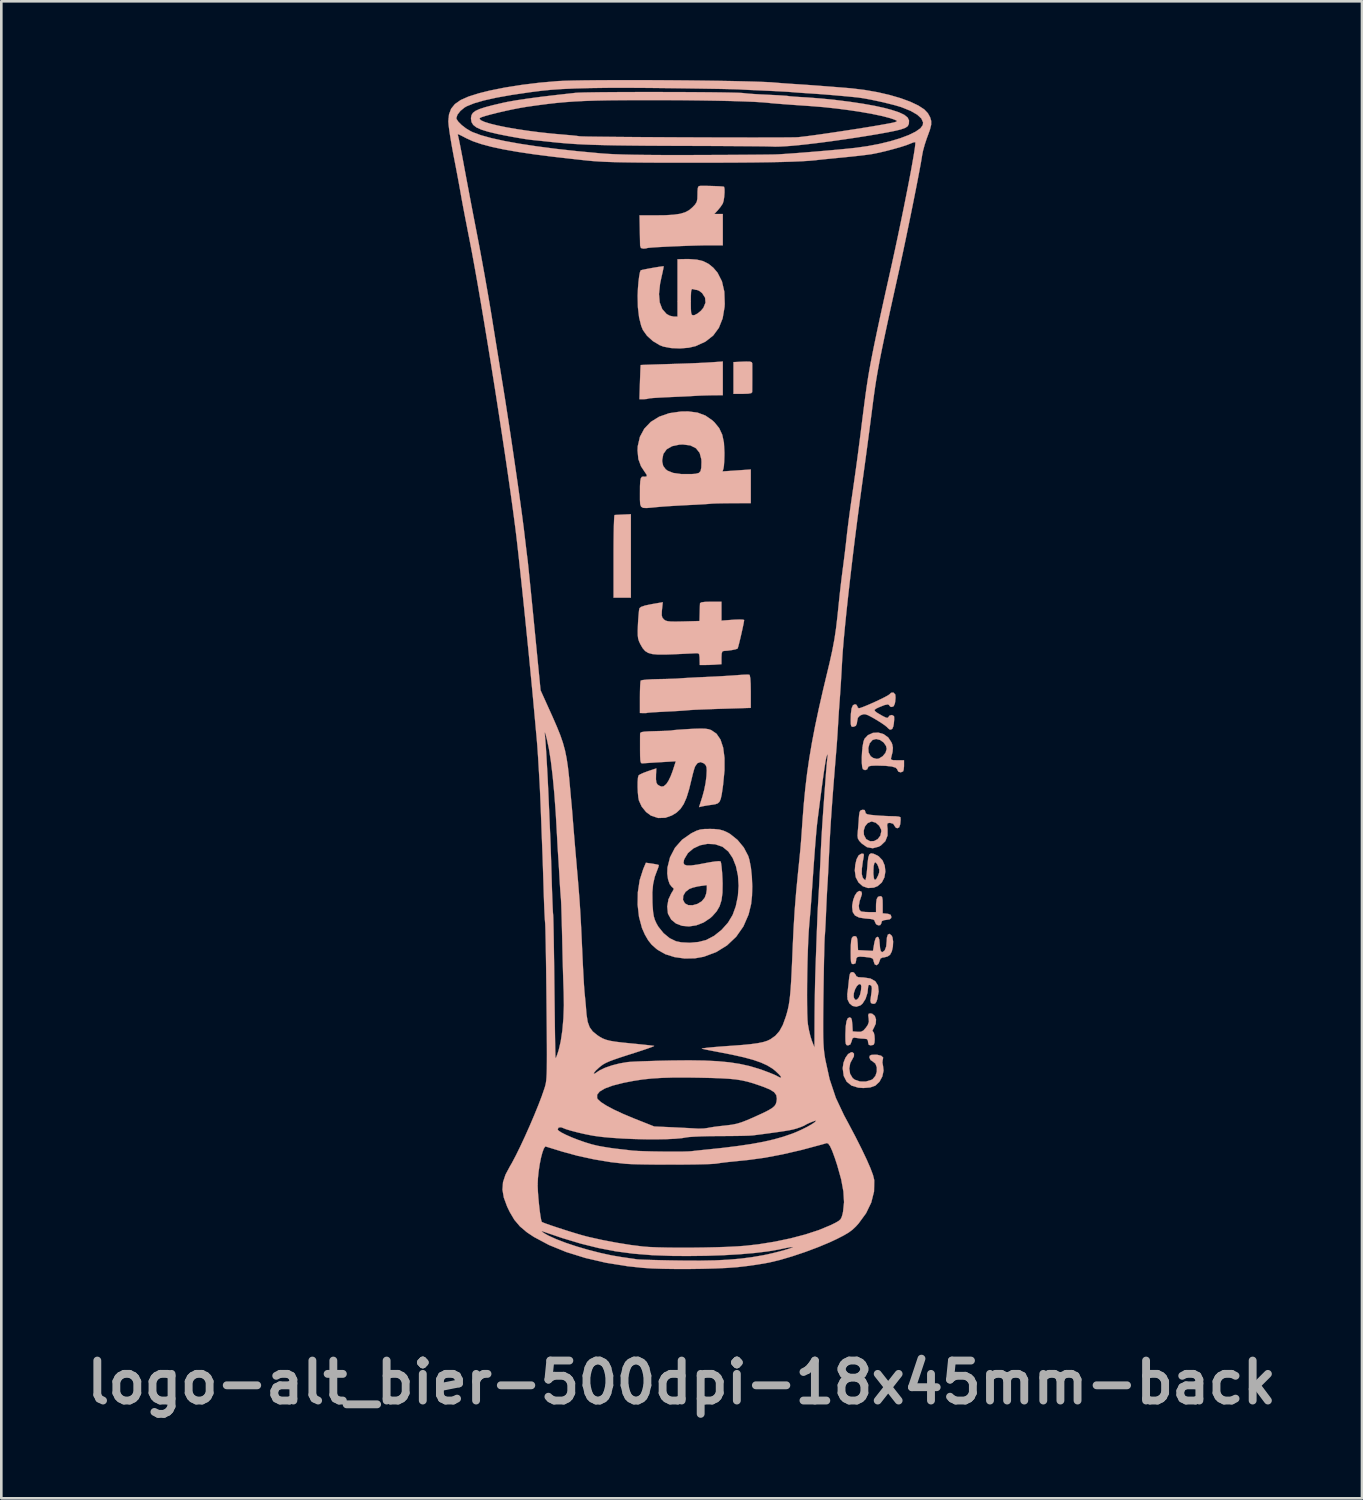
<source format=kicad_pcb>
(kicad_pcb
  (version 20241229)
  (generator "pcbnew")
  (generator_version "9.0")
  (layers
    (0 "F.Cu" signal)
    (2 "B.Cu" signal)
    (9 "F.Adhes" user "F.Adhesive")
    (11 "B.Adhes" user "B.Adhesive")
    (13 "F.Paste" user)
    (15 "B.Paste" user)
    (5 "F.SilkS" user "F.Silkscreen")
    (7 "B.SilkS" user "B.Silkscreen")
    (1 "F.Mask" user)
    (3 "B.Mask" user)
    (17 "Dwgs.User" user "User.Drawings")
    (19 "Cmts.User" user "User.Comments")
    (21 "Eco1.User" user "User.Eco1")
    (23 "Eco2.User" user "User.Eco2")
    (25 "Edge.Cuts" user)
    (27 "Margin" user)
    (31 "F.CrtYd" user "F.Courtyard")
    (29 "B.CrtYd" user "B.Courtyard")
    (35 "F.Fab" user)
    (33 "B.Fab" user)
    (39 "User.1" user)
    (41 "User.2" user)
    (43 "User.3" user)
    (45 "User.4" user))
  (footprint "logo-alt_bier-500dpi-18x45mm-back"
    (layer "F.Cu")
    (at 22.94 22.785)
    (property "Reference" "logo-alt_bier-500dpi-18x45mm-back" (at 0 26.875 0) (layer "F.Fab") (effects (font (size 1.524 1.524) (thickness 0.3))))
    (attr through_hole)
    (fp_poly (pts (xy -2.228 -6.216) (xy -2.393 -6.208) (xy -2.515 -6.202) (xy -2.558 -6.199) (xy -2.568 -6.149) (xy -2.576 -6.01) (xy -2.584 -5.794) (xy -2.59 -5.513) (xy -2.594 -5.179) (xy -2.596 -4.806) (xy -2.596 -4.62) (xy -2.596 -3.046) (xy -1.936 -3.046) (xy -1.936 -6.229) (xy -2.228 -6.216)) (stroke (width 0.01) (type solid)) (fill yes) (layer "B.SilkS"))
    (fp_poly (pts (xy 2.331 -12.046) (xy 1.976 -12.029) (xy 1.976 -10.818) (xy 2.331 -10.818) (xy 2.539 -10.825) (xy 2.655 -10.847) (xy 2.688 -10.882) (xy 2.69 -10.984) (xy 2.691 -11.151) (xy 2.692 -11.355) (xy 2.692 -11.569) (xy 2.692 -11.764) (xy 2.692 -11.913) (xy 2.69 -11.986) (xy 2.67 -12.027) (xy 2.6 -12.047) (xy 2.462 -12.05) (xy 2.331 -12.046)) (stroke (width 0.01) (type solid)) (fill yes) (layer "B.SilkS"))
    (fp_poly (pts (xy 1.099 -12.019) (xy 0.901 -12.007) (xy 0.626 -11.994) (xy 0.298 -11.98) (xy -0.058 -11.968) (xy -0.419 -11.956) (xy -0.463 -11.955) (xy -0.784 -11.945) (xy -1.069 -11.936) (xy -1.302 -11.928) (xy -1.468 -11.922) (xy -1.554 -11.918) (xy -1.562 -11.917) (xy -1.566 -11.867) (xy -1.573 -11.734) (xy -1.58 -11.539) (xy -1.589 -11.3) (xy -1.59 -11.262) (xy -1.61 -10.615) (xy -1.451 -10.615) (xy -1.333 -10.622) (xy -1.269 -10.638) (xy -1.269 -10.638) (xy -1.213 -10.649) (xy -1.073 -10.661) (xy -0.868 -10.674) (xy -0.617 -10.687) (xy -0.486 -10.693) (xy -0.194 -10.706) (xy 0.083 -10.718) (xy 0.321 -10.73) (xy 0.491 -10.74) (xy 0.528 -10.742) (xy 0.71 -10.752) (xy 0.943 -10.759) (xy 1.175 -10.764) (xy 1.569 -10.767) (xy 1.569 -12.051) (xy 1.099 -12.019)) (stroke (width 0.01) (type solid)) (fill yes) (layer "B.SilkS"))
    (fp_poly (pts (xy 6.461 14.286) (xy 6.345 14.355) (xy 6.244 14.497) (xy 6.171 14.684) (xy 6.141 14.887) (xy 6.141 14.897) (xy 6.179 15.186) (xy 6.291 15.406) (xy 6.476 15.556) (xy 6.734 15.635) (xy 6.929 15.648) (xy 7.189 15.627) (xy 7.379 15.56) (xy 7.393 15.551) (xy 7.544 15.407) (xy 7.651 15.207) (xy 7.698 14.987) (xy 7.679 14.814) (xy 7.655 14.68) (xy 7.665 14.582) (xy 7.669 14.576) (xy 7.682 14.486) (xy 7.607 14.418) (xy 7.458 14.382) (xy 7.38 14.379) (xy 7.239 14.386) (xy 7.174 14.415) (xy 7.157 14.478) (xy 7.157 14.482) (xy 7.203 14.583) (xy 7.279 14.631) (xy 7.388 14.72) (xy 7.441 14.863) (xy 7.44 15.029) (xy 7.387 15.188) (xy 7.284 15.31) (xy 7.243 15.335) (xy 7.025 15.402) (xy 6.8 15.4) (xy 6.603 15.333) (xy 6.52 15.27) (xy 6.422 15.107) (xy 6.391 14.904) (xy 6.428 14.698) (xy 6.502 14.562) (xy 6.568 14.438) (xy 6.571 14.338) (xy 6.514 14.286) (xy 6.461 14.286)) (stroke (width 0.01) (type solid)) (fill yes) (layer "B.SilkS"))
    (fp_poly (pts (xy 6.685 8.188) (xy 6.605 8.307) (xy 6.542 8.474) (xy 6.505 8.67) (xy 6.501 8.747) (xy 6.523 8.939) (xy 6.608 9.07) (xy 6.766 9.149) (xy 7.009 9.187) (xy 7.021 9.187) (xy 7.202 9.203) (xy 7.306 9.225) (xy 7.354 9.264) (xy 7.37 9.317) (xy 7.415 9.405) (xy 7.495 9.446) (xy 7.574 9.436) (xy 7.614 9.368) (xy 7.614 9.356) (xy 7.636 9.285) (xy 7.718 9.249) (xy 7.805 9.238) (xy 7.935 9.216) (xy 7.989 9.167) (xy 7.995 9.121) (xy 7.969 9.045) (xy 7.873 9.009) (xy 7.83 9.003) (xy 7.665 8.988) (xy 7.665 8.661) (xy 7.662 8.482) (xy 7.647 8.383) (xy 7.614 8.341) (xy 7.569 8.334) (xy 7.484 8.36) (xy 7.434 8.451) (xy 7.413 8.62) (xy 7.411 8.719) (xy 7.411 8.943) (xy 7.161 8.943) (xy 6.997 8.937) (xy 6.868 8.922) (xy 6.831 8.912) (xy 6.769 8.838) (xy 6.754 8.698) (xy 6.787 8.516) (xy 6.828 8.399) (xy 6.874 8.251) (xy 6.857 8.166) (xy 6.852 8.161) (xy 6.771 8.133) (xy 6.685 8.188)) (stroke (width 0.01) (type solid)) (fill yes) (layer "B.SilkS"))
    (fp_poly (pts (xy 7.157 6.742) (xy 7.117 6.856) (xy 7.091 7.053) (xy 7.079 7.216) (xy 7.059 7.429) (xy 7.037 7.598) (xy 7.014 7.702) (xy 7 7.724) (xy 6.946 7.684) (xy 6.899 7.615) (xy 6.867 7.488) (xy 6.871 7.284) (xy 6.91 6.997) (xy 6.934 6.869) (xy 6.949 6.755) (xy 6.924 6.714) (xy 6.848 6.716) (xy 6.748 6.779) (xy 6.669 6.927) (xy 6.619 7.143) (xy 6.602 7.358) (xy 6.638 7.612) (xy 6.745 7.814) (xy 6.905 7.955) (xy 7.105 8.024) (xy 7.327 8.009) (xy 7.474 7.949) (xy 7.633 7.81) (xy 7.731 7.617) (xy 7.767 7.394) (xy 7.76 7.323) (xy 7.535 7.323) (xy 7.531 7.433) (xy 7.491 7.546) (xy 7.421 7.681) (xy 7.367 7.717) (xy 7.33 7.655) (xy 7.311 7.495) (xy 7.31 7.397) (xy 7.32 7.187) (xy 7.349 7.068) (xy 7.395 7.042) (xy 7.455 7.114) (xy 7.489 7.187) (xy 7.535 7.323) (xy 7.76 7.323) (xy 7.743 7.169) (xy 7.658 6.967) (xy 7.512 6.814) (xy 7.464 6.785) (xy 7.32 6.718) (xy 7.221 6.7) (xy 7.157 6.742)) (stroke (width 0.01) (type solid)) (fill yes) (layer "B.SilkS"))
    (fp_poly (pts (xy 7.13 12.818) (xy 7.114 12.878) (xy 7.129 12.986) (xy 7.139 13.125) (xy 7.097 13.244) (xy 7.029 13.344) (xy 6.929 13.457) (xy 6.835 13.504) (xy 6.708 13.505) (xy 6.522 13.49) (xy 6.507 13.223) (xy 6.491 13.063) (xy 6.462 12.982) (xy 6.411 12.957) (xy 6.399 12.956) (xy 6.332 12.992) (xy 6.285 13.104) (xy 6.256 13.299) (xy 6.244 13.585) (xy 6.243 13.68) (xy 6.246 13.863) (xy 6.259 13.966) (xy 6.289 14.012) (xy 6.342 14.023) (xy 6.346 14.023) (xy 6.43 13.989) (xy 6.478 13.875) (xy 6.48 13.866) (xy 6.512 13.759) (xy 6.572 13.727) (xy 6.663 13.739) (xy 6.83 13.762) (xy 6.96 13.769) (xy 7.066 13.784) (xy 7.104 13.848) (xy 7.106 13.896) (xy 7.132 13.998) (xy 7.2 14.023) (xy 7.296 14.007) (xy 7.327 13.989) (xy 7.353 13.913) (xy 7.361 13.787) (xy 7.352 13.649) (xy 7.328 13.541) (xy 7.3 13.504) (xy 7.274 13.461) (xy 7.322 13.365) (xy 7.325 13.361) (xy 7.4 13.198) (xy 7.411 13.036) (xy 7.365 12.901) (xy 7.267 12.818) (xy 7.192 12.804) (xy 7.13 12.818)) (stroke (width 0.01) (type solid)) (fill yes) (layer "B.SilkS"))
    (fp_poly (pts (xy 2.36 -0.109) (xy 2.169 -0.097) (xy 2.117 -0.092) (xy 1.918 -0.078) (xy 1.648 -0.061) (xy 1.337 -0.043) (xy 1.015 -0.028) (xy 0.89 -0.022) (xy 0.599 -0.009) (xy 0.334 0.005) (xy 0.116 0.017) (xy -0.035 0.027) (xy -0.082 0.031) (xy -0.191 0.039) (xy -0.375 0.046) (xy -0.611 0.053) (xy -0.872 0.058) (xy -0.883 0.058) (xy -1.13 0.065) (xy -1.338 0.078) (xy -1.488 0.094) (xy -1.559 0.113) (xy -1.562 0.115) (xy -1.573 0.182) (xy -1.583 0.329) (xy -1.589 0.533) (xy -1.591 0.756) (xy -1.591 1.349) (xy -1.46 1.354) (xy -1.356 1.353) (xy -1.313 1.344) (xy -1.26 1.337) (xy -1.124 1.326) (xy -0.924 1.314) (xy -0.678 1.301) (xy -0.589 1.296) (xy -0.32 1.283) (xy -0.079 1.269) (xy 0.112 1.256) (xy 0.23 1.246) (xy 0.246 1.244) (xy 0.332 1.237) (xy 0.503 1.227) (xy 0.742 1.217) (xy 1.034 1.206) (xy 1.36 1.194) (xy 1.503 1.19) (xy 2.636 1.155) (xy 2.636 0.532) (xy 2.631 0.235) (xy 2.618 0.027) (xy 2.596 -0.088) (xy 2.581 -0.109) (xy 2.507 -0.114) (xy 2.36 -0.109)) (stroke (width 0.01) (type solid)) (fill yes) (layer "B.SilkS"))
    (fp_poly (pts (xy 0.712 -18.747) (xy 0.693 -18.746) (xy 0.643 -18.729) (xy 0.616 -18.666) (xy 0.605 -18.535) (xy 0.604 -18.432) (xy 0.599 -18.253) (xy 0.574 -18.135) (xy 0.514 -18.038) (xy 0.413 -17.931) (xy 0.283 -17.821) (xy 0.13 -17.74) (xy -0.06 -17.683) (xy -0.306 -17.648) (xy -0.622 -17.629) (xy -0.961 -17.625) (xy -1.606 -17.625) (xy -1.596 -17.104) (xy -1.592 -16.872) (xy -1.588 -16.669) (xy -1.585 -16.521) (xy -1.584 -16.47) (xy -1.553 -16.379) (xy -1.462 -16.355) (xy -1.361 -16.363) (xy -1.322 -16.376) (xy -1.265 -16.386) (xy -1.123 -16.398) (xy -0.914 -16.412) (xy -0.653 -16.426) (xy -0.357 -16.44) (xy -0.044 -16.453) (xy 0.271 -16.465) (xy 0.569 -16.474) (xy 0.835 -16.48) (xy 1.049 -16.482) (xy 1.569 -16.482) (xy 1.569 -17.079) (xy 1.569 -17.676) (xy 1.245 -17.676) (xy 1.376 -17.816) (xy 1.482 -17.945) (xy 1.564 -18.069) (xy 1.568 -18.076) (xy 1.6 -18.18) (xy 1.623 -18.331) (xy 1.635 -18.494) (xy 1.634 -18.633) (xy 1.617 -18.711) (xy 1.615 -18.714) (xy 1.559 -18.724) (xy 1.43 -18.733) (xy 1.253 -18.74) (xy 1.056 -18.746) (xy 0.867 -18.749) (xy 0.712 -18.747)) (stroke (width 0.01) (type solid)) (fill yes) (layer "B.SilkS"))
    (fp_poly (pts (xy 6.45 11.243) (xy 6.414 11.3) (xy 6.39 11.421) (xy 6.376 11.547) (xy 6.354 11.757) (xy 6.33 11.96) (xy 6.315 12.068) (xy 6.323 12.265) (xy 6.396 12.419) (xy 6.514 12.518) (xy 6.659 12.549) (xy 6.811 12.501) (xy 6.896 12.431) (xy 7.012 12.249) (xy 7.087 12.015) (xy 7.106 11.828) (xy 7.115 11.769) (xy 6.85 11.769) (xy 6.84 11.909) (xy 6.84 11.915) (xy 6.803 12.089) (xy 6.744 12.215) (xy 6.676 12.284) (xy 6.612 12.283) (xy 6.566 12.201) (xy 6.557 12.158) (xy 6.566 12.028) (xy 6.613 11.884) (xy 6.682 11.761) (xy 6.758 11.691) (xy 6.78 11.686) (xy 6.832 11.703) (xy 6.85 11.769) (xy 7.115 11.769) (xy 7.12 11.731) (xy 7.17 11.715) (xy 7.189 11.721) (xy 7.238 11.762) (xy 7.252 11.849) (xy 7.24 11.986) (xy 7.218 12.151) (xy 7.2 12.288) (xy 7.196 12.321) (xy 7.219 12.409) (xy 7.294 12.439) (xy 7.373 12.43) (xy 7.425 12.361) (xy 7.458 12.261) (xy 7.511 11.968) (xy 7.486 11.74) (xy 7.382 11.576) (xy 7.198 11.474) (xy 6.934 11.433) (xy 6.876 11.432) (xy 6.732 11.422) (xy 6.659 11.384) (xy 6.634 11.331) (xy 6.569 11.246) (xy 6.507 11.229) (xy 6.45 11.243)) (stroke (width 0.01) (type solid)) (fill yes) (layer "B.SilkS"))
    (fp_poly (pts (xy 7.864 9.798) (xy 7.826 9.912) (xy 7.818 10.042) (xy 7.798 10.255) (xy 7.743 10.401) (xy 7.659 10.465) (xy 7.641 10.467) (xy 7.595 10.433) (xy 7.566 10.322) (xy 7.553 10.175) (xy 7.537 9.999) (xy 7.507 9.908) (xy 7.462 9.883) (xy 7.404 9.926) (xy 7.358 10.061) (xy 7.34 10.152) (xy 7.295 10.421) (xy 6.725 10.391) (xy 6.71 10.124) (xy 6.695 9.965) (xy 6.666 9.884) (xy 6.614 9.858) (xy 6.601 9.858) (xy 6.535 9.872) (xy 6.49 9.925) (xy 6.463 10.032) (xy 6.45 10.21) (xy 6.446 10.471) (xy 6.448 10.687) (xy 6.456 10.821) (xy 6.475 10.892) (xy 6.508 10.92) (xy 6.548 10.924) (xy 6.628 10.894) (xy 6.649 10.8) (xy 6.659 10.707) (xy 6.701 10.656) (xy 6.797 10.639) (xy 6.968 10.65) (xy 7.018 10.655) (xy 7.182 10.676) (xy 7.27 10.705) (xy 7.308 10.757) (xy 7.32 10.816) (xy 7.362 10.934) (xy 7.433 10.966) (xy 7.504 10.912) (xy 7.538 10.826) (xy 7.579 10.714) (xy 7.659 10.673) (xy 7.712 10.67) (xy 7.852 10.634) (xy 7.945 10.568) (xy 8.013 10.44) (xy 8.053 10.26) (xy 8.063 10.067) (xy 8.039 9.904) (xy 8.007 9.837) (xy 7.927 9.771) (xy 7.864 9.798)) (stroke (width 0.01) (type solid)) (fill yes) (layer "B.SilkS"))
    (fp_poly (pts (xy 7.289 2.109) (xy 7.101 2.196) (xy 6.972 2.333) (xy 6.933 2.44) (xy 6.901 2.614) (xy 6.879 2.826) (xy 6.868 3.048) (xy 6.869 3.252) (xy 6.884 3.41) (xy 6.911 3.492) (xy 6.992 3.529) (xy 7.074 3.498) (xy 7.106 3.426) (xy 7.134 3.385) (xy 7.229 3.363) (xy 7.407 3.355) (xy 7.43 3.355) (xy 7.769 3.364) (xy 8.012 3.39) (xy 8.162 3.436) (xy 8.222 3.5) (xy 8.224 3.515) (xy 8.264 3.587) (xy 8.352 3.613) (xy 8.441 3.578) (xy 8.444 3.575) (xy 8.466 3.507) (xy 8.478 3.38) (xy 8.478 3.347) (xy 8.478 3.152) (xy 8.218 3.152) (xy 8.067 3.149) (xy 7.994 3.131) (xy 7.979 3.089) (xy 7.991 3.038) (xy 8.042 2.83) (xy 8.051 2.72) (xy 7.818 2.72) (xy 7.774 2.866) (xy 7.664 2.999) (xy 7.523 3.086) (xy 7.439 3.101) (xy 7.306 3.066) (xy 7.208 3) (xy 7.129 2.856) (xy 7.117 2.679) (xy 7.168 2.507) (xy 7.277 2.379) (xy 7.279 2.378) (xy 7.415 2.341) (xy 7.566 2.379) (xy 7.701 2.473) (xy 7.793 2.606) (xy 7.818 2.72) (xy 8.051 2.72) (xy 8.055 2.679) (xy 8.03 2.547) (xy 8.003 2.476) (xy 7.877 2.284) (xy 7.7 2.156) (xy 7.497 2.097) (xy 7.289 2.109)) (stroke (width 0.01) (type solid)) (fill yes) (layer "B.SilkS"))
    (fp_poly (pts (xy 6.821 5.065) (xy 6.783 5.129) (xy 6.764 5.26) (xy 6.76 5.311) (xy 6.746 5.516) (xy 6.727 5.75) (xy 6.717 5.857) (xy 6.706 6.027) (xy 6.72 6.136) (xy 6.771 6.224) (xy 6.868 6.327) (xy 7.068 6.467) (xy 7.286 6.507) (xy 7.513 6.447) (xy 7.596 6.401) (xy 7.766 6.237) (xy 7.85 6.02) (xy 7.851 5.858) (xy 7.614 5.858) (xy 7.575 6.03) (xy 7.475 6.159) (xy 7.337 6.233) (xy 7.186 6.24) (xy 7.048 6.167) (xy 7.028 6.147) (xy 6.95 6) (xy 6.941 5.832) (xy 6.991 5.673) (xy 7.09 5.549) (xy 7.229 5.49) (xy 7.258 5.489) (xy 7.403 5.534) (xy 7.53 5.646) (xy 7.606 5.792) (xy 7.614 5.858) (xy 7.851 5.858) (xy 7.851 5.767) (xy 7.835 5.627) (xy 7.848 5.561) (xy 7.901 5.541) (xy 7.95 5.54) (xy 8.068 5.574) (xy 8.108 5.641) (xy 8.167 5.724) (xy 8.224 5.743) (xy 8.292 5.711) (xy 8.331 5.602) (xy 8.338 5.552) (xy 8.349 5.419) (xy 8.344 5.332) (xy 8.341 5.324) (xy 8.282 5.302) (xy 8.155 5.288) (xy 8.051 5.286) (xy 7.86 5.281) (xy 7.62 5.269) (xy 7.393 5.253) (xy 7.195 5.233) (xy 7.077 5.21) (xy 7.021 5.178) (xy 7.005 5.13) (xy 7.005 5.122) (xy 6.978 5.049) (xy 6.891 5.041) (xy 6.821 5.065)) (stroke (width 0.01) (type solid)) (fill yes) (layer "B.SilkS"))
    (fp_poly (pts (xy 7.985 0.579) (xy 7.934 0.63) (xy 7.876 0.673) (xy 7.747 0.744) (xy 7.569 0.832) (xy 7.366 0.928) (xy 7.16 1.02) (xy 6.973 1.098) (xy 6.83 1.152) (xy 6.754 1.171) (xy 6.706 1.13) (xy 6.7 1.095) (xy 6.658 1.032) (xy 6.605 1.018) (xy 6.53 1.056) (xy 6.48 1.173) (xy 6.453 1.376) (xy 6.446 1.612) (xy 6.449 1.771) (xy 6.466 1.851) (xy 6.507 1.876) (xy 6.56 1.873) (xy 6.641 1.839) (xy 6.68 1.75) (xy 6.69 1.671) (xy 6.719 1.533) (xy 6.793 1.454) (xy 6.854 1.424) (xy 6.93 1.399) (xy 7.006 1.4) (xy 7.103 1.433) (xy 7.244 1.506) (xy 7.414 1.604) (xy 7.597 1.717) (xy 7.744 1.818) (xy 7.835 1.892) (xy 7.853 1.915) (xy 7.92 1.974) (xy 7.969 1.984) (xy 8.03 1.956) (xy 8.07 1.861) (xy 8.09 1.75) (xy 8.103 1.601) (xy 8.101 1.494) (xy 8.094 1.47) (xy 8.019 1.426) (xy 7.929 1.448) (xy 7.887 1.5) (xy 7.855 1.536) (xy 7.789 1.526) (xy 7.666 1.466) (xy 7.622 1.441) (xy 7.451 1.341) (xy 7.365 1.274) (xy 7.359 1.225) (xy 7.429 1.176) (xy 7.539 1.125) (xy 7.742 1.045) (xy 7.866 1.022) (xy 7.917 1.053) (xy 7.919 1.069) (xy 7.961 1.111) (xy 8.014 1.12) (xy 8.084 1.091) (xy 8.128 0.991) (xy 8.141 0.921) (xy 8.155 0.772) (xy 8.147 0.657) (xy 8.142 0.641) (xy 8.074 0.57) (xy 7.985 0.579)) (stroke (width 0.01) (type solid)) (fill yes) (layer "B.SilkS"))
    (fp_poly (pts (xy 0.888 -2.887) (xy 0.754 -2.869) (xy 0.702 -2.837) (xy 0.7 -2.83) (xy 0.696 -2.747) (xy 0.691 -2.599) (xy 0.688 -2.461) (xy 0.68 -2.157) (xy 0.053 -2.14) (xy -0.216 -2.135) (xy -0.403 -2.137) (xy -0.527 -2.149) (xy -0.609 -2.171) (xy -0.666 -2.208) (xy -0.677 -2.217) (xy -0.736 -2.287) (xy -0.76 -2.377) (xy -0.756 -2.522) (xy -0.75 -2.591) (xy -0.72 -2.873) (xy -1.148 -2.799) (xy -1.397 -2.747) (xy -1.549 -2.694) (xy -1.609 -2.644) (xy -1.625 -2.561) (xy -1.641 -2.403) (xy -1.657 -2.193) (xy -1.666 -2.03) (xy -1.675 -1.783) (xy -1.673 -1.61) (xy -1.658 -1.484) (xy -1.624 -1.378) (xy -1.572 -1.268) (xy -1.486 -1.121) (xy -1.393 -1.014) (xy -1.275 -0.941) (xy -1.116 -0.897) (xy -0.901 -0.878) (xy -0.614 -0.878) (xy -0.336 -0.888) (xy -0.058 -0.9) (xy 0.193 -0.912) (xy 0.394 -0.921) (xy 0.525 -0.928) (xy 0.553 -0.929) (xy 0.632 -0.925) (xy 0.67 -0.882) (xy 0.683 -0.773) (xy 0.685 -0.709) (xy 0.69 -0.48) (xy 0.888 -0.48) (xy 1.077 -0.484) (xy 1.278 -0.494) (xy 1.302 -0.496) (xy 1.518 -0.511) (xy 1.518 -0.763) (xy 1.525 -0.916) (xy 1.551 -0.993) (xy 1.603 -1.015) (xy 1.607 -1.016) (xy 1.755 -1.026) (xy 1.916 -1.049) (xy 2.053 -1.077) (xy 2.129 -1.104) (xy 2.132 -1.107) (xy 2.153 -1.165) (xy 2.188 -1.297) (xy 2.232 -1.477) (xy 2.279 -1.679) (xy 2.323 -1.878) (xy 2.359 -2.049) (xy 2.379 -2.165) (xy 2.382 -2.196) (xy 2.335 -2.21) (xy 2.211 -2.215) (xy 2.031 -2.209) (xy 1.95 -2.204) (xy 1.518 -2.172) (xy 1.518 -2.893) (xy 1.112 -2.893) (xy 0.888 -2.887)) (stroke (width 0.01) (type solid)) (fill yes) (layer "B.SilkS"))
    (fp_poly (pts (xy 0.007 -15.955) (xy -0.158 -15.949) (xy -0.158 -13.764) (xy -0.304 -13.764) (xy -0.45 -13.796) (xy -0.577 -13.865) (xy -0.741 -14.052) (xy -0.837 -14.304) (xy -0.864 -14.624) (xy -0.823 -15.015) (xy -0.771 -15.263) (xy -0.728 -15.451) (xy -0.698 -15.596) (xy -0.685 -15.674) (xy -0.686 -15.681) (xy -0.738 -15.679) (xy -0.862 -15.662) (xy -1.028 -15.635) (xy -1.21 -15.603) (xy -1.378 -15.571) (xy -1.505 -15.544) (xy -1.562 -15.527) (xy -1.562 -15.527) (xy -1.591 -15.451) (xy -1.62 -15.297) (xy -1.646 -15.086) (xy -1.666 -14.842) (xy -1.677 -14.587) (xy -1.678 -14.557) (xy -1.668 -14.118) (xy -1.622 -13.729) (xy -1.541 -13.408) (xy -1.477 -13.252) (xy -1.319 -13.031) (xy -1.095 -12.829) (xy -0.839 -12.675) (xy -0.697 -12.62) (xy -0.4 -12.564) (xy -0.062 -12.55) (xy 0.271 -12.577) (xy 0.538 -12.64) (xy 0.909 -12.811) (xy 1.202 -13.041) (xy 1.419 -13.336) (xy 1.563 -13.698) (xy 1.636 -14.131) (xy 1.643 -14.248) (xy 1.641 -14.294) (xy 0.909 -14.294) (xy 0.829 -14.1) (xy 0.736 -13.988) (xy 0.612 -13.885) (xy 0.496 -13.823) (xy 0.457 -13.815) (xy 0.408 -13.821) (xy 0.377 -13.851) (xy 0.36 -13.923) (xy 0.352 -14.056) (xy 0.35 -14.269) (xy 0.35 -14.329) (xy 0.352 -14.562) (xy 0.359 -14.71) (xy 0.375 -14.789) (xy 0.401 -14.816) (xy 0.43 -14.811) (xy 0.546 -14.783) (xy 0.585 -14.78) (xy 0.669 -14.747) (xy 0.775 -14.665) (xy 0.784 -14.656) (xy 0.894 -14.484) (xy 0.909 -14.294) (xy 1.641 -14.294) (xy 1.627 -14.712) (xy 1.536 -15.108) (xy 1.368 -15.438) (xy 1.205 -15.629) (xy 1.021 -15.777) (xy 0.819 -15.878) (xy 0.576 -15.936) (xy 0.272 -15.958) (xy 0.007 -15.955)) (stroke (width 0.01) (type solid)) (fill yes) (layer "B.SilkS"))
    (fp_poly (pts (xy -0.026 -10.145) (xy -0.473 -10.081) (xy -0.859 -9.946) (xy -1.178 -9.748) (xy -1.424 -9.491) (xy -1.591 -9.18) (xy -1.674 -8.821) (xy -1.682 -8.658) (xy -1.651 -8.334) (xy -1.551 -8.059) (xy -1.419 -7.859) (xy -1.336 -7.737) (xy -1.328 -7.675) (xy -1.398 -7.658) (xy -1.462 -7.664) (xy -1.517 -7.654) (xy -1.555 -7.6) (xy -1.578 -7.486) (xy -1.589 -7.3) (xy -1.59 -7.027) (xy -1.59 -7.015) (xy -1.59 -6.776) (xy -1.581 -6.615) (xy -1.547 -6.518) (xy -1.471 -6.472) (xy -1.338 -6.465) (xy -1.131 -6.482) (xy -0.945 -6.501) (xy -0.744 -6.518) (xy -0.473 -6.537) (xy -0.163 -6.556) (xy 0.155 -6.573) (xy 0.248 -6.578) (xy 0.526 -6.591) (xy 0.77 -6.605) (xy 0.963 -6.617) (xy 1.084 -6.626) (xy 1.112 -6.63) (xy 1.188 -6.635) (xy 1.346 -6.641) (xy 1.563 -6.645) (xy 1.821 -6.648) (xy 1.912 -6.649) (xy 2.636 -6.652) (xy 2.636 -7.935) (xy 2.098 -7.898) (xy 1.559 -7.861) (xy 1.595 -7.974) (xy 1.611 -8.073) (xy 1.621 -8.217) (xy 0.756 -8.217) (xy 0.749 -8.005) (xy 0.721 -7.873) (xy 0.654 -7.802) (xy 0.53 -7.77) (xy 0.383 -7.76) (xy -0.015 -7.76) (xy -0.322 -7.803) (xy -0.538 -7.889) (xy -0.611 -7.946) (xy -0.704 -8.071) (xy -0.74 -8.225) (xy -0.742 -8.299) (xy -0.698 -8.527) (xy -0.571 -8.704) (xy -0.365 -8.823) (xy -0.087 -8.882) (xy 0.046 -8.888) (xy 0.332 -8.852) (xy 0.545 -8.745) (xy 0.686 -8.568) (xy 0.751 -8.323) (xy 0.756 -8.217) (xy 1.621 -8.217) (xy 1.623 -8.245) (xy 1.63 -8.459) (xy 1.631 -8.579) (xy 1.612 -8.956) (xy 1.547 -9.261) (xy 1.43 -9.512) (xy 1.252 -9.731) (xy 1.173 -9.805) (xy 0.907 -9.99) (xy 0.605 -10.103) (xy 0.249 -10.149) (xy -0.026 -10.145)) (stroke (width 0.01) (type solid)) (fill yes) (layer "B.SilkS"))
    (fp_poly (pts (xy 0.496 1.95) (xy 0.303 1.96) (xy 0.059 1.975) (xy -0.148 1.989) (xy -0.295 2.002) (xy -0.364 2.012) (xy -0.365 2.013) (xy -0.425 2.02) (xy -0.565 2.029) (xy -0.764 2.036) (xy -0.988 2.042) (xy -1.246 2.05) (xy -1.419 2.061) (xy -1.523 2.078) (xy -1.572 2.104) (xy -1.584 2.133) (xy -1.585 2.215) (xy -1.586 2.373) (xy -1.586 2.582) (xy -1.586 2.746) (xy -1.584 2.984) (xy -1.576 3.139) (xy -1.561 3.227) (xy -1.535 3.264) (xy -1.495 3.27) (xy -1.495 3.27) (xy -1.411 3.264) (xy -1.249 3.253) (xy -1.034 3.239) (xy -0.814 3.226) (xy -0.223 3.191) (xy -0.344 3.565) (xy -0.42 3.765) (xy -0.505 3.94) (xy -0.583 4.056) (xy -0.589 4.063) (xy -0.685 4.143) (xy -0.767 4.155) (xy -0.841 4.128) (xy -0.919 4.079) (xy -0.963 4.004) (xy -0.98 3.879) (xy -0.977 3.681) (xy -0.975 3.65) (xy -0.966 3.462) (xy -1.286 3.569) (xy -1.455 3.632) (xy -1.584 3.691) (xy -1.643 3.731) (xy -1.666 3.819) (xy -1.678 3.978) (xy -1.679 4.176) (xy -1.67 4.383) (xy -1.652 4.57) (xy -1.629 4.687) (xy -1.524 4.918) (xy -1.357 5.124) (xy -1.173 5.261) (xy -0.898 5.353) (xy -0.622 5.345) (xy -0.374 5.257) (xy -0.193 5.147) (xy -0.045 5.006) (xy 0.079 4.82) (xy 0.187 4.574) (xy 0.285 4.254) (xy 0.374 3.889) (xy 0.422 3.689) (xy 0.471 3.51) (xy 0.509 3.395) (xy 0.6 3.264) (xy 0.72 3.221) (xy 0.85 3.272) (xy 0.868 3.287) (xy 0.921 3.347) (xy 0.949 3.422) (xy 0.956 3.541) (xy 0.947 3.731) (xy 0.945 3.762) (xy 0.914 4.009) (xy 0.858 4.29) (xy 0.79 4.541) (xy 0.663 4.939) (xy 0.773 4.912) (xy 0.887 4.89) (xy 1.054 4.863) (xy 1.154 4.85) (xy 1.283 4.829) (xy 1.376 4.796) (xy 1.442 4.735) (xy 1.489 4.628) (xy 1.526 4.461) (xy 1.563 4.216) (xy 1.581 4.081) (xy 1.634 3.534) (xy 1.634 3.064) (xy 1.583 2.673) (xy 1.481 2.364) (xy 1.329 2.14) (xy 1.127 2.002) (xy 1.026 1.968) (xy 0.901 1.949) (xy 0.732 1.944) (xy 0.496 1.95)) (stroke (width 0.01) (type solid)) (fill yes) (layer "B.SilkS"))
    (fp_poly (pts (xy 0.869 5.774) (xy 0.71 5.793) (xy 0.57 5.837) (xy 0.405 5.918) (xy 0.358 5.943) (xy 0.014 6.184) (xy -0.256 6.491) (xy -0.443 6.852) (xy -0.541 7.243) (xy -0.549 7.472) (xy -0.519 7.691) (xy -0.458 7.871) (xy -0.373 7.982) (xy -0.366 7.987) (xy -0.311 8.03) (xy -0.308 8.08) (xy -0.359 8.171) (xy -0.391 8.218) (xy -0.503 8.457) (xy -0.55 8.727) (xy -0.525 8.983) (xy -0.515 9.016) (xy -0.397 9.228) (xy -0.214 9.378) (xy 0.016 9.465) (xy 0.279 9.488) (xy 0.557 9.446) (xy 0.835 9.339) (xy 1.095 9.165) (xy 1.169 9.098) (xy 1.331 8.916) (xy 1.446 8.719) (xy 1.519 8.489) (xy 1.556 8.206) (xy 1.558 8.076) (xy 0.96 8.076) (xy 0.935 8.24) (xy 0.88 8.391) (xy 0.765 8.53) (xy 0.602 8.629) (xy 0.419 8.68) (xy 0.249 8.675) (xy 0.125 8.609) (xy 0.051 8.473) (xy 0.061 8.318) (xy 0.147 8.17) (xy 0.293 8.058) (xy 0.429 8.007) (xy 0.611 7.963) (xy 0.698 7.949) (xy 0.96 7.914) (xy 0.96 8.076) (xy 1.558 8.076) (xy 1.562 7.852) (xy 1.555 7.656) (xy 1.541 7.417) (xy 1.522 7.214) (xy 1.502 7.071) (xy 1.484 7.008) (xy 1.417 6.999) (xy 1.274 7.011) (xy 1.075 7.041) (xy 0.933 7.068) (xy 0.604 7.13) (xy 0.362 7.163) (xy 0.2 7.164) (xy 0.106 7.133) (xy 0.072 7.067) (xy 0.087 6.964) (xy 0.104 6.915) (xy 0.24 6.69) (xy 0.447 6.514) (xy 0.703 6.394) (xy 0.985 6.339) (xy 1.272 6.353) (xy 1.543 6.445) (xy 1.568 6.458) (xy 1.78 6.632) (xy 1.948 6.883) (xy 2.071 7.194) (xy 2.147 7.549) (xy 2.172 7.933) (xy 2.145 8.329) (xy 2.064 8.72) (xy 1.944 9.05) (xy 1.768 9.343) (xy 1.523 9.618) (xy 1.237 9.847) (xy 0.938 10.004) (xy 0.934 10.006) (xy 0.64 10.081) (xy 0.308 10.111) (xy -0.016 10.094) (xy -0.216 10.053) (xy -0.459 9.935) (xy -0.692 9.743) (xy -0.888 9.499) (xy -0.956 9.382) (xy -1.02 9.243) (xy -1.062 9.103) (xy -1.089 8.932) (xy -1.107 8.703) (xy -1.113 8.577) (xy -1.117 8.192) (xy -1.089 7.876) (xy -1.026 7.596) (xy -0.936 7.355) (xy -0.889 7.232) (xy -0.871 7.155) (xy -0.874 7.146) (xy -0.932 7.128) (xy -1.056 7.105) (xy -1.129 7.093) (xy -1.363 7.06) (xy -1.466 7.303) (xy -1.6 7.722) (xy -1.67 8.184) (xy -1.679 8.659) (xy -1.626 9.124) (xy -1.512 9.55) (xy -1.404 9.795) (xy -1.277 10.015) (xy -1.145 10.181) (xy -0.974 10.334) (xy -0.909 10.384) (xy -0.621 10.547) (xy -0.27 10.657) (xy 0.115 10.711) (xy 0.51 10.703) (xy 0.844 10.643) (xy 1.318 10.466) (xy 1.731 10.21) (xy 2.079 9.881) (xy 2.355 9.486) (xy 2.552 9.033) (xy 2.649 8.633) (xy 2.683 8.316) (xy 2.692 7.959) (xy 2.677 7.593) (xy 2.641 7.247) (xy 2.584 6.952) (xy 2.539 6.802) (xy 2.369 6.478) (xy 2.13 6.189) (xy 1.846 5.961) (xy 1.753 5.908) (xy 1.592 5.835) (xy 1.435 5.793) (xy 1.244 5.774) (xy 1.087 5.771) (xy 0.869 5.774)) (stroke (width 0.01) (type solid)) (fill yes) (layer "B.SilkS"))
    (fp_poly (pts (xy -1.75 -22.326) (xy -2.226 -22.325) (xy -2.672 -22.322) (xy -3.075 -22.319) (xy -3.425 -22.314) (xy -3.71 -22.309) (xy -3.92 -22.302) (xy -4.044 -22.295) (xy -4.751 -22.216) (xy -5.36 -22.144) (xy -5.876 -22.075) (xy -6.303 -22.011) (xy -6.646 -21.95) (xy -6.812 -21.915) (xy -7.197 -21.825) (xy -7.493 -21.747) (xy -7.712 -21.675) (xy -7.863 -21.605) (xy -7.96 -21.53) (xy -8.012 -21.445) (xy -8.031 -21.344) (xy -8.032 -21.308) (xy -8.012 -21.181) (xy -7.947 -21.073) (xy -7.827 -20.979) (xy -7.64 -20.894) (xy -7.379 -20.813) (xy -7.032 -20.73) (xy -6.778 -20.678) (xy -6.485 -20.622) (xy -6.199 -20.572) (xy -5.949 -20.531) (xy -5.762 -20.505) (xy -5.721 -20.5) (xy -5.527 -20.481) (xy -5.276 -20.455) (xy -5.015 -20.427) (xy -4.933 -20.418) (xy -4.663 -20.391) (xy -4.383 -20.367) (xy -4.086 -20.346) (xy -3.762 -20.329) (xy -3.401 -20.314) (xy -2.996 -20.303) (xy -2.535 -20.293) (xy -2.011 -20.286) (xy -1.415 -20.28) (xy -0.736 -20.276) (xy 0.034 -20.273) (xy 0.168 -20.273) (xy 0.731 -20.271) (xy 1.266 -20.269) (xy 1.763 -20.266) (xy 2.215 -20.263) (xy 2.611 -20.26) (xy 2.943 -20.257) (xy 3.202 -20.254) (xy 3.379 -20.25) (xy 3.465 -20.247) (xy 3.47 -20.247) (xy 3.562 -20.243) (xy 3.73 -20.247) (xy 3.948 -20.258) (xy 4.135 -20.271) (xy 4.458 -20.3) (xy 4.84 -20.342) (xy 5.266 -20.393) (xy 5.719 -20.453) (xy 6.184 -20.519) (xy 6.646 -20.587) (xy 7.087 -20.657) (xy 7.493 -20.725) (xy 7.848 -20.789) (xy 8.136 -20.847) (xy 8.341 -20.896) (xy 8.363 -20.903) (xy 8.528 -20.961) (xy 8.619 -21.024) (xy 8.662 -21.11) (xy 8.663 -21.115) (xy 8.668 -21.211) (xy 8.207 -21.211) (xy 8.143 -21.18) (xy 8.051 -21.157) (xy 7.873 -21.122) (xy 7.624 -21.077) (xy 7.317 -21.024) (xy 6.968 -20.967) (xy 6.59 -20.907) (xy 6.199 -20.847) (xy 5.808 -20.788) (xy 5.432 -20.733) (xy 5.087 -20.684) (xy 4.785 -20.644) (xy 4.542 -20.615) (xy 4.439 -20.604) (xy 4.348 -20.6) (xy 4.165 -20.597) (xy 3.902 -20.595) (xy 3.568 -20.594) (xy 3.171 -20.593) (xy 2.722 -20.592) (xy 2.23 -20.593) (xy 1.704 -20.594) (xy 1.155 -20.595) (xy 0.59 -20.597) (xy 0.02 -20.599) (xy -0.545 -20.602) (xy -1.097 -20.605) (xy -1.625 -20.608) (xy -2.121 -20.612) (xy -2.575 -20.616) (xy -2.977 -20.62) (xy -3.318 -20.624) (xy -3.589 -20.628) (xy -3.779 -20.633) (xy -3.881 -20.637) (xy -3.892 -20.639) (xy -4.016 -20.656) (xy -4.204 -20.676) (xy -4.419 -20.694) (xy -4.451 -20.697) (xy -4.934 -20.739) (xy -5.408 -20.79) (xy -5.863 -20.849) (xy -6.289 -20.913) (xy -6.677 -20.98) (xy -7.017 -21.05) (xy -7.299 -21.119) (xy -7.515 -21.186) (xy -7.654 -21.249) (xy -7.707 -21.307) (xy -7.695 -21.336) (xy -7.622 -21.37) (xy -7.469 -21.419) (xy -7.255 -21.478) (xy -6.998 -21.542) (xy -6.717 -21.607) (xy -6.432 -21.668) (xy -6.162 -21.72) (xy -5.926 -21.76) (xy -5.923 -21.761) (xy -5.515 -21.819) (xy -5.14 -21.868) (xy -4.784 -21.909) (xy -4.433 -21.941) (xy -4.071 -21.967) (xy -3.686 -21.986) (xy -3.262 -22) (xy -2.785 -22.01) (xy -2.242 -22.015) (xy -1.617 -22.018) (xy -1.326 -22.018) (xy -0.601 -22.017) (xy 0.093 -22.013) (xy 0.746 -22.005) (xy 1.349 -21.995) (xy 1.894 -21.983) (xy 2.371 -21.968) (xy 2.771 -21.952) (xy 3.086 -21.933) (xy 3.271 -21.917) (xy 3.421 -21.901) (xy 3.61 -21.885) (xy 3.852 -21.866) (xy 4.159 -21.843) (xy 4.544 -21.816) (xy 4.922 -21.79) (xy 5.405 -21.751) (xy 5.899 -21.698) (xy 6.387 -21.635) (xy 6.852 -21.564) (xy 7.279 -21.488) (xy 7.649 -21.41) (xy 7.945 -21.332) (xy 8.098 -21.281) (xy 8.196 -21.238) (xy 8.207 -21.211) (xy 8.668 -21.211) (xy 8.669 -21.243) (xy 8.614 -21.356) (xy 8.488 -21.457) (xy 8.284 -21.553) (xy 7.992 -21.648) (xy 7.742 -21.715) (xy 7.368 -21.798) (xy 6.916 -21.879) (xy 6.41 -21.955) (xy 5.875 -22.022) (xy 5.336 -22.077) (xy 4.815 -22.118) (xy 4.693 -22.125) (xy 4.455 -22.139) (xy 4.256 -22.153) (xy 4.116 -22.165) (xy 4.058 -22.174) (xy 4.058 -22.174) (xy 4 -22.181) (xy 3.86 -22.191) (xy 3.654 -22.204) (xy 3.403 -22.216) (xy 3.27 -22.223) (xy 2.992 -22.236) (xy 2.742 -22.251) (xy 2.541 -22.266) (xy 2.41 -22.279) (xy 2.382 -22.283) (xy 2.293 -22.291) (xy 2.114 -22.299) (xy 1.855 -22.305) (xy 1.528 -22.311) (xy 1.143 -22.316) (xy 0.712 -22.32) (xy 0.246 -22.323) (xy -0.245 -22.325) (xy -0.748 -22.326) (xy -1.254 -22.327) (xy -1.75 -22.326)) (stroke (width 0.01) (type solid)) (fill yes) (layer "B.SilkS"))
    (fp_poly (pts (xy -2.746 -22.779) (xy -3.26 -22.776) (xy -3.723 -22.771) (xy -4.125 -22.764) (xy -4.454 -22.755) (xy -4.699 -22.744) (xy -4.73 -22.742) (xy -5.411 -22.683) (xy -6.088 -22.6) (xy -6.734 -22.498) (xy -7.323 -22.38) (xy -7.731 -22.278) (xy -8.125 -22.154) (xy -8.427 -22.02) (xy -8.645 -21.867) (xy -8.79 -21.688) (xy -8.87 -21.474) (xy -8.896 -21.216) (xy -8.896 -21.212) (xy -8.886 -21.076) (xy -8.859 -20.861) (xy -8.817 -20.587) (xy -8.764 -20.275) (xy -8.703 -19.944) (xy -8.695 -19.901) (xy -8.627 -19.552) (xy -8.56 -19.2) (xy -8.499 -18.872) (xy -8.448 -18.593) (xy -8.412 -18.388) (xy -8.412 -18.387) (xy -8.377 -18.191) (xy -8.326 -17.918) (xy -8.264 -17.592) (xy -8.194 -17.234) (xy -8.123 -16.869) (xy -8.101 -16.762) (xy -8.006 -16.268) (xy -7.899 -15.687) (xy -7.782 -15.029) (xy -7.658 -14.308) (xy -7.528 -13.536) (xy -7.394 -12.725) (xy -7.258 -11.888) (xy -7.122 -11.036) (xy -6.989 -10.183) (xy -6.86 -9.341) (xy -6.736 -8.522) (xy -6.621 -7.739) (xy -6.516 -7.004) (xy -6.423 -6.329) (xy -6.344 -5.727) (xy -6.332 -5.636) (xy -6.296 -5.339) (xy -6.252 -4.953) (xy -6.201 -4.493) (xy -6.145 -3.973) (xy -6.085 -3.404) (xy -6.022 -2.801) (xy -5.958 -2.177) (xy -5.894 -1.546) (xy -5.831 -0.921) (xy -5.772 -0.314) (xy -5.717 0.259) (xy -5.667 0.787) (xy -5.646 1.018) (xy -5.614 1.366) (xy -5.584 1.694) (xy -5.558 1.985) (xy -5.536 2.219) (xy -5.522 2.378) (xy -5.519 2.415) (xy -5.505 2.584) (xy -5.489 2.813) (xy -5.472 3.063) (xy -5.467 3.152) (xy -5.451 3.423) (xy -5.434 3.711) (xy -5.419 3.963) (xy -5.416 4.016) (xy -5.406 4.209) (xy -5.394 4.473) (xy -5.381 4.776) (xy -5.368 5.085) (xy -5.366 5.159) (xy -5.353 5.495) (xy -5.34 5.861) (xy -5.326 6.213) (xy -5.315 6.51) (xy -5.314 6.53) (xy -5.304 6.784) (xy -5.293 7.109) (xy -5.281 7.475) (xy -5.269 7.853) (xy -5.26 8.156) (xy -5.249 8.479) (xy -5.238 8.779) (xy -5.226 9.035) (xy -5.215 9.23) (xy -5.206 9.344) (xy -5.205 9.35) (xy -5.2 9.432) (xy -5.194 9.607) (xy -5.188 9.864) (xy -5.181 10.193) (xy -5.175 10.585) (xy -5.168 11.029) (xy -5.162 11.516) (xy -5.156 12.037) (xy -5.152 12.423) (xy -5.146 13.04) (xy -5.141 13.563) (xy -5.138 14.003) (xy -5.137 14.366) (xy -5.138 14.663) (xy -5.14 14.902) (xy -5.145 15.092) (xy -5.153 15.24) (xy -5.163 15.357) (xy -5.176 15.45) (xy -5.193 15.529) (xy -5.212 15.601) (xy -5.227 15.649) (xy -5.325 15.937) (xy -5.458 16.285) (xy -5.616 16.674) (xy -5.79 17.082) (xy -5.972 17.49) (xy -6.152 17.876) (xy -6.321 18.22) (xy -6.469 18.501) (xy -6.546 18.633) (xy -6.715 18.949) (xy -6.811 19.239) (xy -6.832 19.525) (xy -6.78 19.828) (xy -6.654 20.169) (xy -6.556 20.373) (xy -6.379 20.673) (xy -6.165 20.926) (xy -5.891 21.156) (xy -5.633 21.327) (xy -5.06 21.633) (xy -4.403 21.901) (xy -3.674 22.128) (xy -2.887 22.311) (xy -2.052 22.445) (xy -1.479 22.506) (xy -1.13 22.528) (xy -0.705 22.542) (xy -0.227 22.549) (xy 0.278 22.549) (xy 0.787 22.542) (xy 1.274 22.529) (xy 1.715 22.509) (xy 2.085 22.482) (xy 2.153 22.476) (xy 2.468 22.439) (xy 2.808 22.392) (xy 3.129 22.341) (xy 3.343 22.301) (xy 3.752 22.203) (xy 4.218 22.065) (xy 4.711 21.9) (xy 5.197 21.718) (xy 5.217 21.71) (xy 4.244 21.71) (xy 4.211 21.734) (xy 4.099 21.774) (xy 3.928 21.826) (xy 3.718 21.884) (xy 3.488 21.942) (xy 3.259 21.994) (xy 3.119 22.023) (xy 2.689 22.097) (xy 2.25 22.154) (xy 1.785 22.194) (xy 1.275 22.22) (xy 0.703 22.231) (xy 0.052 22.228) (xy -0.107 22.226) (xy -0.488 22.22) (xy -0.843 22.212) (xy -1.156 22.204) (xy -1.413 22.196) (xy -1.6 22.188) (xy -1.701 22.181) (xy -1.707 22.18) (xy -1.831 22.161) (xy -2.018 22.134) (xy -2.232 22.103) (xy -2.266 22.099) (xy -2.674 22.03) (xy -3.113 21.934) (xy -3.563 21.819) (xy -4.005 21.689) (xy -4.418 21.552) (xy -4.783 21.412) (xy -5.082 21.276) (xy -5.239 21.187) (xy -5.324 21.127) (xy -5.337 21.104) (xy -5.314 21.11) (xy -4.55 21.37) (xy -3.843 21.582) (xy -3.171 21.749) (xy -2.51 21.876) (xy -1.836 21.965) (xy -1.127 22.022) (xy -0.358 22.05) (xy 0.223 22.054) (xy 0.925 22.046) (xy 1.596 22.023) (xy 2.222 21.987) (xy 2.789 21.938) (xy 3.285 21.878) (xy 3.695 21.808) (xy 3.76 21.794) (xy 3.964 21.751) (xy 4.126 21.721) (xy 4.225 21.709) (xy 4.244 21.71) (xy 5.217 21.71) (xy 5.646 21.531) (xy 5.913 21.406) (xy 6.171 21.274) (xy 6.361 21.163) (xy 6.509 21.054) (xy 6.641 20.93) (xy 6.745 20.815) (xy 7.032 20.423) (xy 7.23 20.012) (xy 7.232 20.003) (xy 6.192 20.003) (xy 6.154 20.365) (xy 6.134 20.458) (xy 6.101 20.571) (xy 6.059 20.651) (xy 5.986 20.717) (xy 5.862 20.789) (xy 5.666 20.884) (xy 5.664 20.885) (xy 5.23 21.065) (xy 4.718 21.232) (xy 4.148 21.382) (xy 3.542 21.509) (xy 2.924 21.608) (xy 2.428 21.664) (xy 2.115 21.687) (xy 1.734 21.706) (xy 1.303 21.72) (xy 0.842 21.73) (xy 0.371 21.736) (xy -0.093 21.737) (xy -0.53 21.733) (xy -0.921 21.724) (xy -1.246 21.71) (xy -1.468 21.693) (xy -1.948 21.633) (xy -2.479 21.547) (xy -3.019 21.445) (xy -3.522 21.333) (xy -3.613 21.311) (xy -3.792 21.263) (xy -4.017 21.197) (xy -4.272 21.119) (xy -4.536 21.035) (xy -4.79 20.952) (xy -5.016 20.876) (xy -5.194 20.813) (xy -5.305 20.768) (xy -5.332 20.754) (xy -5.355 20.686) (xy -5.382 20.54) (xy -5.411 20.337) (xy -5.438 20.099) (xy -5.462 19.849) (xy -5.48 19.609) (xy -5.489 19.401) (xy -5.49 19.332) (xy -5.48 19.088) (xy -5.453 18.827) (xy -5.414 18.565) (xy -5.366 18.321) (xy -5.312 18.114) (xy -5.258 17.963) (xy -5.207 17.885) (xy -5.184 17.879) (xy -5.108 17.902) (xy -4.958 17.948) (xy -4.756 18.01) (xy -4.556 18.072) (xy -3.968 18.233) (xy -3.334 18.37) (xy -2.699 18.476) (xy -2.139 18.538) (xy -1.943 18.549) (xy -1.676 18.558) (xy -1.355 18.564) (xy -0.995 18.568) (xy -0.613 18.57) (xy -0.223 18.57) (xy 0.156 18.567) (xy 0.511 18.563) (xy 0.824 18.556) (xy 1.079 18.548) (xy 1.261 18.537) (xy 1.341 18.528) (xy 1.485 18.505) (xy 1.671 18.482) (xy 1.747 18.473) (xy 1.906 18.457) (xy 2.132 18.434) (xy 2.389 18.408) (xy 2.56 18.39) (xy 3.16 18.308) (xy 3.836 18.18) (xy 4.577 18.009) (xy 5.369 17.796) (xy 5.534 17.748) (xy 5.591 17.77) (xy 5.661 17.87) (xy 5.744 18.053) (xy 5.844 18.326) (xy 5.932 18.595) (xy 6.082 19.129) (xy 6.168 19.595) (xy 6.192 20.003) (xy 7.232 20.003) (xy 7.335 19.594) (xy 7.343 19.177) (xy 7.338 19.137) (xy 7.295 18.964) (xy 7.2 18.71) (xy 7.056 18.38) (xy 6.865 17.979) (xy 6.629 17.511) (xy 6.35 16.983) (xy 6.302 16.894) (xy 5.125 16.894) (xy 5.081 16.948) (xy 4.963 17.029) (xy 4.79 17.128) (xy 4.582 17.232) (xy 4.359 17.332) (xy 4.211 17.391) (xy 3.872 17.507) (xy 3.51 17.609) (xy 3.113 17.7) (xy 2.666 17.782) (xy 2.156 17.858) (xy 1.568 17.931) (xy 1.036 17.987) (xy 0.799 18.011) (xy 0.591 18.033) (xy 0.439 18.05) (xy 0.375 18.058) (xy 0.256 18.066) (xy 0.056 18.072) (xy -0.204 18.074) (xy -0.502 18.074) (xy -0.818 18.071) (xy -1.131 18.066) (xy -1.419 18.058) (xy -1.661 18.049) (xy -1.837 18.038) (xy -1.885 18.034) (xy -2.123 18.005) (xy -2.379 17.976) (xy -2.52 17.96) (xy -2.734 17.931) (xy -2.987 17.89) (xy -3.201 17.851) (xy -3.428 17.796) (xy -3.681 17.719) (xy -3.941 17.628) (xy -4.192 17.53) (xy -4.414 17.432) (xy -4.589 17.343) (xy -4.7 17.269) (xy -4.73 17.226) (xy -4.691 17.156) (xy -4.598 17.145) (xy -4.535 17.168) (xy -4.416 17.216) (xy -4.222 17.275) (xy -3.981 17.338) (xy -3.72 17.399) (xy -3.463 17.451) (xy -3.333 17.474) (xy -3.024 17.515) (xy -2.657 17.548) (xy -2.249 17.575) (xy -1.819 17.593) (xy -1.386 17.604) (xy -0.967 17.606) (xy -0.581 17.599) (xy -0.247 17.583) (xy 0.017 17.559) (xy 0.153 17.535) (xy 0.275 17.518) (xy 0.479 17.504) (xy 0.746 17.492) (xy 1.056 17.484) (xy 1.388 17.481) (xy 1.448 17.481) (xy 1.78 17.479) (xy 2.09 17.476) (xy 2.359 17.471) (xy 2.568 17.464) (xy 2.698 17.456) (xy 2.712 17.455) (xy 3.146 17.399) (xy 3.491 17.352) (xy 3.761 17.314) (xy 3.97 17.282) (xy 4.129 17.254) (xy 4.251 17.228) (xy 4.351 17.201) (xy 4.389 17.19) (xy 4.543 17.136) (xy 4.658 17.089) (xy 4.693 17.07) (xy 4.768 17.027) (xy 4.883 16.974) (xy 5.003 16.926) (xy 5.095 16.895) (xy 5.125 16.894) (xy 6.302 16.894) (xy 6.192 16.69) (xy 5.894 16.058) (xy 3.63 16.058) (xy 3.616 16.171) (xy 3.59 16.259) (xy 3.539 16.336) (xy 3.45 16.413) (xy 3.309 16.498) (xy 3.102 16.602) (xy 2.816 16.733) (xy 2.781 16.749) (xy 2.504 16.87) (xy 2.288 16.954) (xy 2.104 17.01) (xy 1.921 17.047) (xy 1.711 17.074) (xy 1.671 17.078) (xy 1.437 17.104) (xy 1.221 17.132) (xy 1.057 17.159) (xy 1.01 17.169) (xy 0.849 17.192) (xy 0.652 17.198) (xy 0.579 17.195) (xy 0.43 17.186) (xy 0.209 17.174) (xy -0.056 17.161) (xy -0.336 17.147) (xy -0.361 17.146) (xy -1.047 17.115) (xy -1.828 16.805) (xy -2.236 16.634) (xy -2.586 16.471) (xy -2.869 16.32) (xy -3.076 16.187) (xy -3.198 16.075) (xy -3.223 16.032) (xy -3.223 15.903) (xy -3.123 15.781) (xy -2.924 15.664) (xy -2.628 15.555) (xy -2.235 15.455) (xy -2.199 15.447) (xy -1.844 15.378) (xy -1.497 15.324) (xy -1.14 15.286) (xy -0.752 15.262) (xy -0.317 15.249) (xy 0.186 15.248) (xy 0.66 15.255) (xy 1.119 15.265) (xy 1.494 15.278) (xy 1.802 15.296) (xy 2.062 15.321) (xy 2.29 15.357) (xy 2.505 15.405) (xy 2.724 15.468) (xy 2.964 15.549) (xy 3.116 15.603) (xy 3.364 15.705) (xy 3.524 15.805) (xy 3.608 15.918) (xy 3.63 16.058) (xy 5.894 16.058) (xy 5.879 16.026) (xy 5.641 15.313) (xy 5.475 14.557) (xy 5.45 14.404) (xy 5.431 14.256) (xy 5.416 14.1) (xy 5.405 13.923) (xy 5.398 13.713) (xy 5.395 13.457) (xy 5.395 13.144) (xy 5.398 12.76) (xy 5.403 12.294) (xy 5.407 12.017) (xy 5.414 11.572) (xy 5.421 11.154) (xy 5.428 10.775) (xy 5.436 10.447) (xy 5.442 10.183) (xy 5.449 9.994) (xy 5.454 9.892) (xy 5.455 9.883) (xy 5.464 9.778) (xy 5.475 9.594) (xy 5.488 9.356) (xy 5.501 9.085) (xy 5.504 8.994) (xy 5.517 8.697) (xy 5.531 8.405) (xy 5.544 8.147) (xy 5.555 7.955) (xy 5.557 7.927) (xy 5.569 7.738) (xy 5.583 7.484) (xy 5.597 7.202) (xy 5.607 6.987) (xy 5.626 6.601) (xy 5.644 6.236) (xy 5.664 5.879) (xy 5.686 5.516) (xy 5.712 5.132) (xy 5.742 4.715) (xy 5.777 4.249) (xy 5.819 3.721) (xy 5.868 3.116) (xy 5.882 2.95) (xy 5.569 2.95) (xy 5.558 3.05) (xy 5.542 3.195) (xy 5.524 3.394) (xy 5.508 3.584) (xy 5.45 4.363) (xy 5.401 5.044) (xy 5.361 5.632) (xy 5.331 6.129) (xy 5.31 6.541) (xy 5.306 6.632) (xy 5.289 7.022) (xy 5.271 7.392) (xy 5.251 7.771) (xy 5.228 8.193) (xy 5.201 8.638) (xy 5.194 8.77) (xy 5.186 8.923) (xy 5.178 9.107) (xy 5.169 9.333) (xy 5.158 9.612) (xy 5.145 9.953) (xy 5.13 10.368) (xy 5.112 10.867) (xy 5.099 11.255) (xy 5.09 11.561) (xy 5.082 11.935) (xy 5.075 12.343) (xy 5.07 12.75) (xy 5.068 13.058) (xy 5.064 14.099) (xy 4.966 13.853) (xy 4.909 13.674) (xy 4.854 13.445) (xy 4.813 13.218) (xy 4.798 13.051) (xy 4.788 12.799) (xy 4.783 12.479) (xy 4.781 12.106) (xy 4.783 11.697) (xy 4.789 11.269) (xy 4.798 10.838) (xy 4.811 10.42) (xy 4.826 10.033) (xy 4.844 9.691) (xy 4.865 9.412) (xy 4.866 9.4) (xy 4.891 9.115) (xy 4.917 8.808) (xy 4.938 8.53) (xy 4.945 8.435) (xy 4.99 7.793) (xy 5.028 7.244) (xy 5.062 6.781) (xy 5.091 6.395) (xy 5.117 6.08) (xy 5.139 5.826) (xy 5.158 5.626) (xy 5.176 5.473) (xy 5.177 5.463) (xy 5.254 4.86) (xy 5.32 4.352) (xy 5.376 3.934) (xy 5.423 3.599) (xy 5.462 3.343) (xy 5.492 3.158) (xy 5.516 3.04) (xy 5.532 2.989) (xy 5.562 2.927) (xy 5.569 2.95) (xy 5.882 2.95) (xy 5.911 2.593) (xy 5.924 2.415) (xy 5.94 2.177) (xy 5.956 1.917) (xy 5.963 1.806) (xy 5.978 1.55) (xy 5.994 1.297) (xy 6.009 1.087) (xy 6.014 1.018) (xy 6.041 0.646) (xy 6.071 0.194) (xy 6.101 -0.319) (xy 6.118 -0.633) (xy 6.141 -0.984) (xy 6.177 -1.425) (xy 6.226 -1.943) (xy 6.285 -2.526) (xy 6.354 -3.162) (xy 6.431 -3.841) (xy 6.514 -4.55) (xy 6.603 -5.277) (xy 6.697 -6.011) (xy 6.793 -6.739) (xy 6.878 -7.364) (xy 6.943 -7.836) (xy 7.013 -8.347) (xy 7.083 -8.87) (xy 7.15 -9.375) (xy 7.21 -9.835) (xy 7.258 -10.208) (xy 7.298 -10.52) (xy 7.337 -10.807) (xy 7.376 -11.081) (xy 7.418 -11.351) (xy 7.465 -11.628) (xy 7.518 -11.921) (xy 7.579 -12.241) (xy 7.651 -12.597) (xy 7.735 -12.999) (xy 7.833 -13.458) (xy 7.947 -13.984) (xy 8.08 -14.586) (xy 8.232 -15.274) (xy 8.275 -15.466) (xy 8.359 -15.853) (xy 8.451 -16.281) (xy 8.547 -16.737) (xy 8.645 -17.209) (xy 8.742 -17.682) (xy 8.835 -18.143) (xy 8.922 -18.58) (xy 9 -18.98) (xy 9.066 -19.328) (xy 9.119 -19.613) (xy 9.154 -19.82) (xy 9.168 -19.911) (xy 9.203 -20.088) (xy 9.266 -20.318) (xy 9.277 -20.352) (xy 8.91 -20.352) (xy 8.893 -20.2) (xy 8.857 -19.968) (xy 8.805 -19.665) (xy 8.739 -19.299) (xy 8.66 -18.881) (xy 8.569 -18.418) (xy 8.47 -17.922) (xy 8.363 -17.4) (xy 8.251 -16.863) (xy 8.135 -16.319) (xy 8.017 -15.777) (xy 7.899 -15.248) (xy 7.868 -15.111) (xy 7.77 -14.673) (xy 7.665 -14.197) (xy 7.559 -13.713) (xy 7.46 -13.25) (xy 7.374 -12.839) (xy 7.334 -12.647) (xy 7.264 -12.298) (xy 7.204 -11.985) (xy 7.15 -11.691) (xy 7.101 -11.396) (xy 7.053 -11.082) (xy 7.004 -10.733) (xy 6.951 -10.328) (xy 6.89 -9.851) (xy 6.852 -9.548) (xy 6.791 -9.062) (xy 6.731 -8.601) (xy 6.669 -8.136) (xy 6.6 -7.642) (xy 6.521 -7.088) (xy 6.476 -6.779) (xy 6.428 -6.443) (xy 6.381 -6.094) (xy 6.339 -5.764) (xy 6.305 -5.487) (xy 6.294 -5.382) (xy 6.26 -5.078) (xy 6.219 -4.734) (xy 6.178 -4.41) (xy 6.166 -4.316) (xy 6.134 -4.072) (xy 6.107 -3.861) (xy 6.083 -3.664) (xy 6.059 -3.459) (xy 6.033 -3.226) (xy 6.003 -2.945) (xy 5.967 -2.597) (xy 5.94 -2.334) (xy 5.887 -1.881) (xy 5.825 -1.463) (xy 5.745 -1.041) (xy 5.643 -0.577) (xy 5.589 -0.353) (xy 5.394 0.461) (xy 5.227 1.195) (xy 5.085 1.865) (xy 4.966 2.488) (xy 4.866 3.08) (xy 4.782 3.659) (xy 4.713 4.239) (xy 4.655 4.839) (xy 4.606 5.475) (xy 4.593 5.667) (xy 4.572 5.975) (xy 4.551 6.256) (xy 4.527 6.539) (xy 4.497 6.853) (xy 4.459 7.226) (xy 4.439 7.419) (xy 4.367 8.16) (xy 4.311 8.858) (xy 4.268 9.563) (xy 4.236 10.239) (xy 4.214 10.77) (xy 4.194 11.212) (xy 4.175 11.576) (xy 4.155 11.875) (xy 4.134 12.119) (xy 4.11 12.322) (xy 4.083 12.494) (xy 4.05 12.648) (xy 4.011 12.797) (xy 3.971 12.931) (xy 3.857 13.245) (xy 3.729 13.479) (xy 3.573 13.656) (xy 3.382 13.792) (xy 3.262 13.849) (xy 3.107 13.898) (xy 2.906 13.939) (xy 2.645 13.975) (xy 2.311 14.008) (xy 1.891 14.039) (xy 1.772 14.047) (xy 1.48 14.068) (xy 1.216 14.09) (xy 0.998 14.111) (xy 0.845 14.13) (xy 0.772 14.144) (xy 0.769 14.146) (xy 0.811 14.159) (xy 0.935 14.186) (xy 1.122 14.223) (xy 1.353 14.267) (xy 1.379 14.272) (xy 1.914 14.376) (xy 2.359 14.475) (xy 2.725 14.574) (xy 3.022 14.677) (xy 3.263 14.786) (xy 3.458 14.905) (xy 3.571 14.994) (xy 3.713 15.129) (xy 3.787 15.218) (xy 3.79 15.256) (xy 3.72 15.236) (xy 3.639 15.193) (xy 3.523 15.136) (xy 3.338 15.061) (xy 3.112 14.976) (xy 2.934 14.915) (xy 2.589 14.812) (xy 2.222 14.731) (xy 1.822 14.669) (xy 1.375 14.627) (xy 0.868 14.602) (xy 0.288 14.593) (xy -0.378 14.599) (xy -0.463 14.601) (xy -0.838 14.609) (xy -1.192 14.62) (xy -1.51 14.63) (xy -1.773 14.641) (xy -1.966 14.652) (xy -2.063 14.66) (xy -2.359 14.71) (xy -2.654 14.785) (xy -2.918 14.876) (xy -3.123 14.973) (xy -3.185 15.014) (xy -3.301 15.092) (xy -3.351 15.104) (xy -3.339 15.062) (xy -3.265 14.975) (xy -3.153 14.872) (xy -3.069 14.802) (xy -2.984 14.743) (xy -2.884 14.688) (xy -2.755 14.631) (xy -2.582 14.566) (xy -2.352 14.487) (xy -2.05 14.389) (xy -1.761 14.297) (xy -1.506 14.214) (xy -1.294 14.142) (xy -1.139 14.086) (xy -1.057 14.051) (xy -1.049 14.042) (xy -1.114 14.033) (xy -1.262 14.016) (xy -1.474 13.994) (xy -1.734 13.967) (xy -1.921 13.949) (xy -2.268 13.914) (xy -2.532 13.882) (xy -2.731 13.848) (xy -2.885 13.808) (xy -3.011 13.758) (xy -3.129 13.692) (xy -3.219 13.632) (xy -3.391 13.491) (xy -3.509 13.33) (xy -3.583 13.125) (xy -3.626 12.852) (xy -3.635 12.753) (xy -3.652 12.529) (xy -3.656 12.491) (xy -4.49 12.491) (xy -4.508 12.988) (xy -4.549 13.456) (xy -4.611 13.871) (xy -4.688 14.201) (xy -4.741 14.365) (xy -4.783 14.474) (xy -4.807 14.509) (xy -4.809 14.506) (xy -4.813 14.447) (xy -4.817 14.295) (xy -4.822 14.062) (xy -4.827 13.756) (xy -4.833 13.387) (xy -4.838 12.965) (xy -4.844 12.5) (xy -4.85 12) (xy -4.852 11.813) (xy -4.858 11.301) (xy -4.864 10.817) (xy -4.871 10.37) (xy -4.877 9.972) (xy -4.883 9.631) (xy -4.889 9.359) (xy -4.894 9.165) (xy -4.899 9.059) (xy -4.9 9.045) (xy -4.908 8.959) (xy -4.917 8.787) (xy -4.927 8.547) (xy -4.938 8.254) (xy -4.949 7.925) (xy -4.954 7.749) (xy -4.965 7.377) (xy -4.976 7.005) (xy -4.988 6.657) (xy -4.998 6.355) (xy -5.007 6.124) (xy -5.009 6.073) (xy -5.021 5.81) (xy -5.035 5.49) (xy -5.049 5.156) (xy -5.06 4.905) (xy -5.084 4.358) (xy -5.109 3.839) (xy -5.135 3.362) (xy -5.159 2.939) (xy -5.182 2.584) (xy -5.203 2.309) (xy -5.215 2.187) (xy -5.221 2.096) (xy -5.211 2.093) (xy -5.183 2.181) (xy -5.141 2.339) (xy -5.06 2.718) (xy -4.985 3.194) (xy -4.917 3.764) (xy -4.855 4.424) (xy -4.8 5.171) (xy -4.755 5.971) (xy -4.741 6.239) (xy -4.726 6.505) (xy -4.712 6.732) (xy -4.705 6.835) (xy -4.693 7.018) (xy -4.678 7.265) (xy -4.662 7.536) (xy -4.653 7.699) (xy -4.639 7.943) (xy -4.624 8.165) (xy -4.611 8.335) (xy -4.604 8.41) (xy -4.598 8.5) (xy -4.59 8.677) (xy -4.582 8.926) (xy -4.573 9.23) (xy -4.564 9.576) (xy -4.555 9.934) (xy -4.546 10.343) (xy -4.536 10.761) (xy -4.525 11.164) (xy -4.514 11.528) (xy -4.504 11.83) (xy -4.498 11.991) (xy -4.49 12.491) (xy -3.656 12.491) (xy -3.671 12.321) (xy -3.686 12.167) (xy -3.689 12.144) (xy -3.706 11.97) (xy -3.725 11.704) (xy -3.745 11.35) (xy -3.768 10.919) (xy -3.79 10.442) (xy -3.813 9.939) (xy -3.833 9.514) (xy -3.853 9.145) (xy -3.873 8.806) (xy -3.895 8.475) (xy -3.922 8.129) (xy -3.953 7.744) (xy -3.992 7.296) (xy -3.996 7.241) (xy -4.03 6.849) (xy -4.063 6.47) (xy -4.092 6.121) (xy -4.117 5.82) (xy -4.136 5.586) (xy -4.148 5.438) (xy -4.165 5.218) (xy -4.182 5.007) (xy -4.196 4.854) (xy -4.211 4.695) (xy -4.23 4.484) (xy -4.247 4.295) (xy -4.291 3.815) (xy -4.336 3.415) (xy -4.387 3.075) (xy -4.449 2.771) (xy -4.528 2.484) (xy -4.629 2.191) (xy -4.758 1.872) (xy -4.918 1.505) (xy -4.954 1.425) (xy -5.379 0.485) (xy -5.618 -1.949) (xy -5.666 -2.439) (xy -5.712 -2.9) (xy -5.754 -3.322) (xy -5.792 -3.696) (xy -5.824 -4.009) (xy -5.849 -4.253) (xy -5.866 -4.416) (xy -5.874 -4.489) (xy -5.875 -4.489) (xy -5.886 -4.577) (xy -5.907 -4.744) (xy -5.934 -4.968) (xy -5.965 -5.228) (xy -5.974 -5.306) (xy -6.021 -5.699) (xy -6.083 -6.177) (xy -6.158 -6.724) (xy -6.242 -7.325) (xy -6.334 -7.966) (xy -6.431 -8.63) (xy -6.531 -9.303) (xy -6.633 -9.968) (xy -6.733 -10.612) (xy -6.83 -11.217) (xy -6.84 -11.275) (xy -6.899 -11.64) (xy -6.97 -12.076) (xy -7.047 -12.553) (xy -7.126 -13.042) (xy -7.202 -13.513) (xy -7.246 -13.79) (xy -7.321 -14.24) (xy -7.41 -14.758) (xy -7.507 -15.31) (xy -7.608 -15.866) (xy -7.705 -16.391) (xy -7.776 -16.762) (xy -7.864 -17.219) (xy -7.959 -17.71) (xy -8.054 -18.208) (xy -8.144 -18.685) (xy -8.225 -19.115) (xy -8.287 -19.447) (xy -8.348 -19.777) (xy -8.406 -20.077) (xy -8.455 -20.33) (xy -8.494 -20.522) (xy -8.52 -20.637) (xy -8.526 -20.66) (xy -8.54 -20.703) (xy -8.527 -20.717) (xy -8.471 -20.698) (xy -8.356 -20.641) (xy -8.21 -20.564) (xy -7.955 -20.449) (xy -7.637 -20.341) (xy -7.252 -20.238) (xy -6.793 -20.14) (xy -6.254 -20.045) (xy -5.631 -19.952) (xy -4.916 -19.861) (xy -4.222 -19.782) (xy -4.024 -19.76) (xy -3.825 -19.738) (xy -3.79 -19.734) (xy -3.589 -19.713) (xy -3.384 -19.694) (xy -3.165 -19.679) (xy -2.924 -19.666) (xy -2.649 -19.656) (xy -2.333 -19.648) (xy -1.965 -19.642) (xy -1.536 -19.637) (xy -1.038 -19.634) (xy -0.459 -19.633) (xy 0.208 -19.632) (xy 0.452 -19.632) (xy 1.303 -19.633) (xy 2.058 -19.636) (xy 2.722 -19.641) (xy 3.301 -19.649) (xy 3.8 -19.659) (xy 4.225 -19.672) (xy 4.58 -19.687) (xy 4.872 -19.705) (xy 5.106 -19.726) (xy 5.176 -19.735) (xy 5.287 -19.747) (xy 5.477 -19.767) (xy 5.725 -19.791) (xy 6.007 -19.819) (xy 6.176 -19.835) (xy 6.481 -19.866) (xy 6.776 -19.898) (xy 7.033 -19.929) (xy 7.229 -19.956) (xy 7.294 -19.967) (xy 7.528 -20.015) (xy 7.799 -20.079) (xy 8.079 -20.153) (xy 8.343 -20.228) (xy 8.562 -20.298) (xy 8.71 -20.355) (xy 8.716 -20.358) (xy 8.831 -20.404) (xy 8.902 -20.416) (xy 8.908 -20.413) (xy 8.91 -20.352) (xy 9.277 -20.352) (xy 9.346 -20.561) (xy 9.377 -20.643) (xy 9.467 -20.893) (xy 9.513 -21.078) (xy 9.514 -21.167) (xy 9.206 -21.167) (xy 9.194 -21.065) (xy 9.102 -20.942) (xy 8.92 -20.815) (xy 8.662 -20.688) (xy 8.337 -20.565) (xy 7.96 -20.451) (xy 7.541 -20.349) (xy 7.093 -20.264) (xy 6.628 -20.198) (xy 6.598 -20.195) (xy 6.294 -20.163) (xy 5.93 -20.128) (xy 5.527 -20.092) (xy 5.107 -20.056) (xy 4.692 -20.022) (xy 4.303 -19.992) (xy 3.963 -19.968) (xy 3.693 -19.951) (xy 3.601 -19.947) (xy 3.488 -19.944) (xy 3.284 -19.941) (xy 2.999 -19.938) (xy 2.645 -19.935) (xy 2.233 -19.932) (xy 1.773 -19.929) (xy 1.275 -19.927) (xy 0.751 -19.925) (xy 0.502 -19.924) (xy -0.211 -19.923) (xy -0.831 -19.924) (xy -1.368 -19.928) (xy -1.829 -19.934) (xy -2.224 -19.943) (xy -2.561 -19.955) (xy -2.85 -19.97) (xy -3.099 -19.988) (xy -3.104 -19.989) (xy -3.979 -20.071) (xy -4.788 -20.16) (xy -5.524 -20.256) (xy -6.184 -20.356) (xy -6.763 -20.461) (xy -7.256 -20.57) (xy -7.658 -20.681) (xy -7.965 -20.795) (xy -8.043 -20.832) (xy -8.224 -20.94) (xy -8.389 -21.068) (xy -8.517 -21.196) (xy -8.585 -21.302) (xy -8.591 -21.332) (xy -8.548 -21.463) (xy -8.436 -21.606) (xy -8.278 -21.736) (xy -8.192 -21.785) (xy -7.912 -21.898) (xy -7.53 -22.008) (xy -7.048 -22.115) (xy -6.467 -22.218) (xy -5.788 -22.318) (xy -5.34 -22.375) (xy -4.981 -22.411) (xy -4.559 -22.44) (xy -4.068 -22.462) (xy -3.502 -22.477) (xy -2.855 -22.486) (xy -2.121 -22.488) (xy -1.295 -22.483) (xy -0.808 -22.478) (xy -0.29 -22.472) (xy 0.208 -22.465) (xy 0.675 -22.458) (xy 1.098 -22.451) (xy 1.468 -22.445) (xy 1.771 -22.438) (xy 1.999 -22.433) (xy 2.138 -22.428) (xy 2.153 -22.428) (xy 2.339 -22.418) (xy 2.595 -22.405) (xy 2.89 -22.392) (xy 3.192 -22.378) (xy 3.246 -22.376) (xy 3.528 -22.363) (xy 3.791 -22.349) (xy 4.009 -22.337) (xy 4.159 -22.326) (xy 4.185 -22.324) (xy 4.326 -22.312) (xy 4.533 -22.297) (xy 4.773 -22.281) (xy 4.897 -22.273) (xy 5.304 -22.245) (xy 5.781 -22.207) (xy 6.296 -22.161) (xy 6.718 -22.119) (xy 6.932 -22.088) (xy 7.213 -22.036) (xy 7.527 -21.97) (xy 7.844 -21.896) (xy 8.132 -21.823) (xy 8.358 -21.756) (xy 8.391 -21.745) (xy 8.729 -21.608) (xy 8.98 -21.464) (xy 9.14 -21.316) (xy 9.206 -21.167) (xy 9.514 -21.167) (xy 9.514 -21.226) (xy 9.473 -21.364) (xy 9.39 -21.515) (xy 9.25 -21.664) (xy 9.022 -21.812) (xy 8.717 -21.956) (xy 8.349 -22.091) (xy 7.93 -22.213) (xy 7.472 -22.319) (xy 6.989 -22.404) (xy 6.493 -22.465) (xy 6.395 -22.474) (xy 5.762 -22.525) (xy 5.219 -22.567) (xy 4.755 -22.601) (xy 4.359 -22.627) (xy 4.312 -22.63) (xy 4.069 -22.646) (xy 3.844 -22.662) (xy 3.67 -22.676) (xy 3.601 -22.682) (xy 3.418 -22.697) (xy 3.144 -22.71) (xy 2.79 -22.723) (xy 2.367 -22.734) (xy 1.886 -22.745) (xy 1.358 -22.754) (xy 0.793 -22.762) (xy 0.204 -22.769) (xy -0.401 -22.774) (xy -1.009 -22.778) (xy -1.61 -22.78) (xy -2.192 -22.78) (xy -2.746 -22.779)) (stroke (width 0.01) (type solid)) (fill yes) (layer "B.SilkS")))
  (gr_rect
    (start -3 -3)
    (end 48.88 54.078)
    (stroke (width 0.1) (type default))
    (fill no)
    (layer "Edge.Cuts")))
</source>
